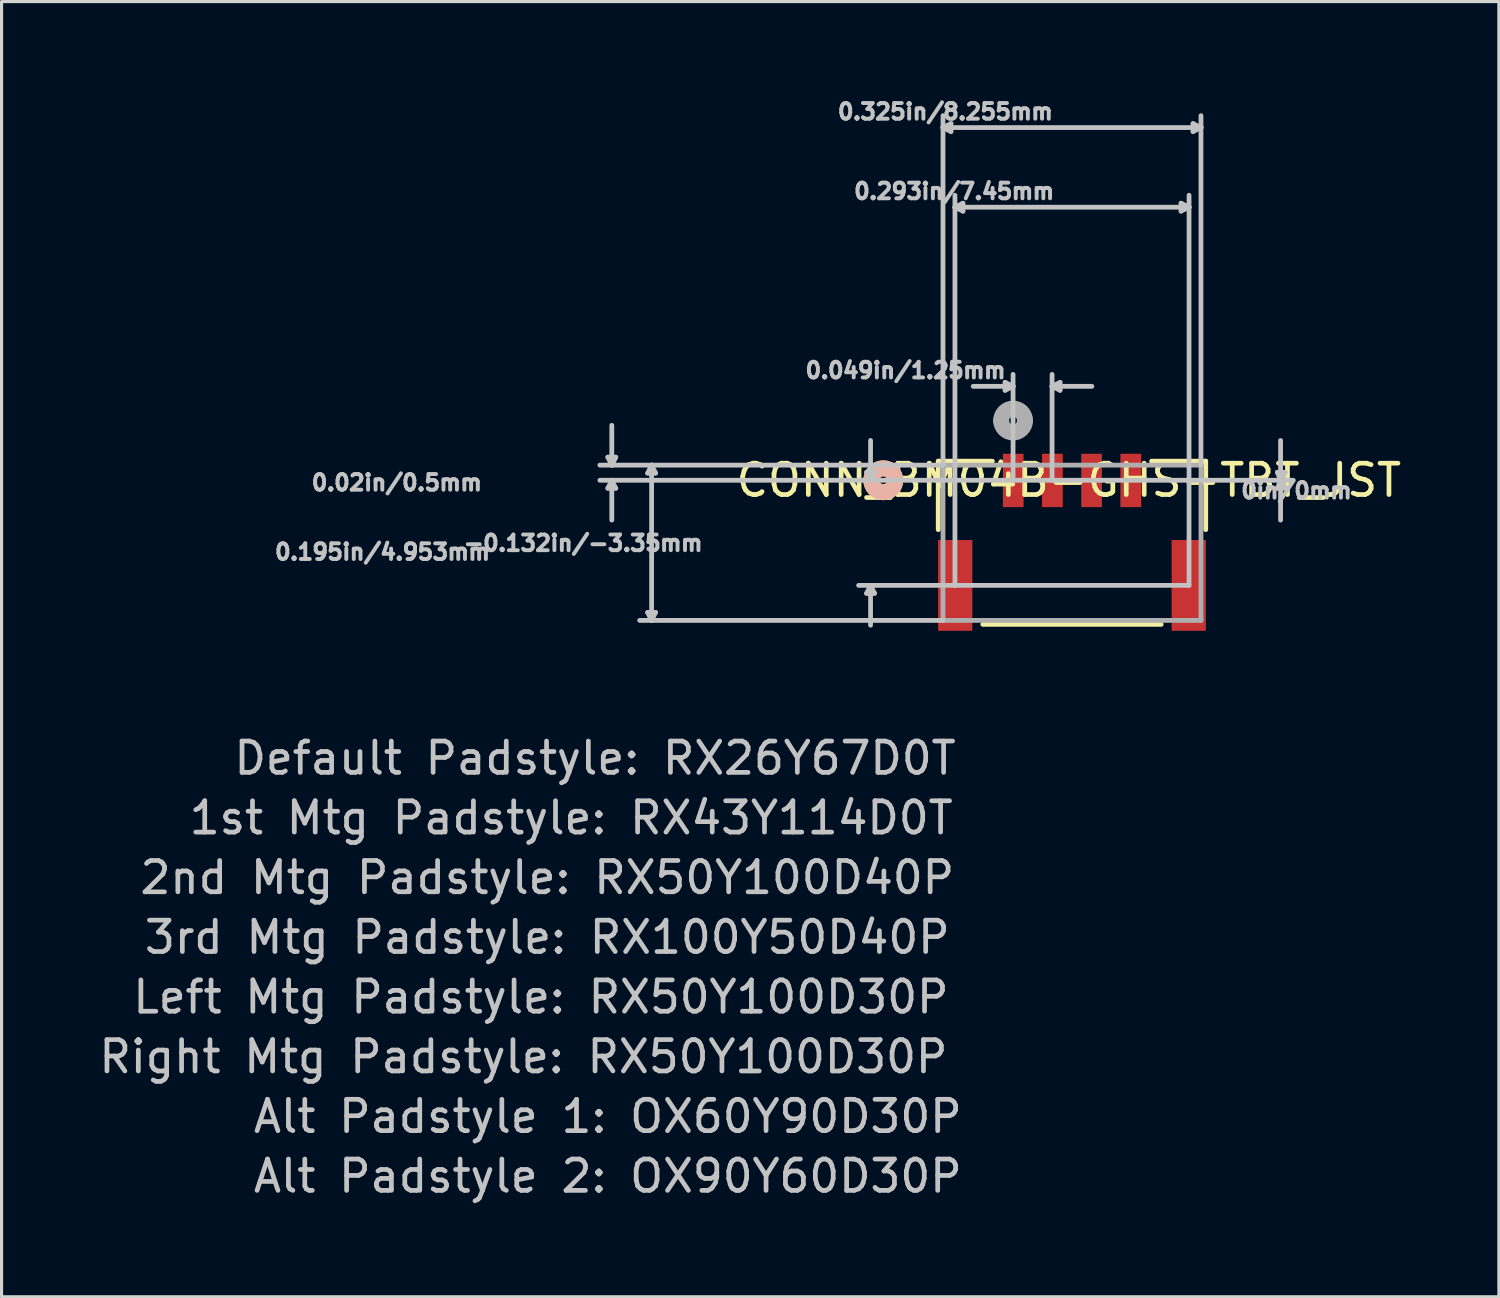
<source format=kicad_pcb>
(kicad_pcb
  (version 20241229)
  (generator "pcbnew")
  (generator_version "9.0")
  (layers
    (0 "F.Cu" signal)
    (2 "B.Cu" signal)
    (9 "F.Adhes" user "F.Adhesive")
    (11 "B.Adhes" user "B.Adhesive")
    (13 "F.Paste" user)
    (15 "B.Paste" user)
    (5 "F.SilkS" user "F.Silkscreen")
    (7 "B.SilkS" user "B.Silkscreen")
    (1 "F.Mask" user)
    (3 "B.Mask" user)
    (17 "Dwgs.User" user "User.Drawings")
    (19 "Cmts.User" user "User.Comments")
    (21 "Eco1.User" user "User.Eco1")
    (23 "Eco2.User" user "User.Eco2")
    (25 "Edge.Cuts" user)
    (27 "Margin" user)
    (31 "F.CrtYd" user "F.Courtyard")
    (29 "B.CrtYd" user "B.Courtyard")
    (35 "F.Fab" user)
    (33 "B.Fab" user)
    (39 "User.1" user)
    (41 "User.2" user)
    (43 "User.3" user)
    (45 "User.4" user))
  (footprint "CONN_BM04B-GHS-TBT_JST"
    (layer "F.Cu")
    (at 31.149 14.253)
    (property "Reference" "CONN_BM04B-GHS-TBT_JST" (at -0.102 -1.981 0) (layer "F.SilkS") (effects (font (size 1 1) (thickness 0.15))))
    (attr smd)
    (fp_line (start -4.267 -2.591) (end -4.267 -0.406) (stroke (width 0.152) (type solid)) (layer "F.SilkS"))
    (fp_line (start -2.845 2.616) (end 2.845 2.616) (stroke (width 0.152) (type solid)) (layer "F.SilkS"))
    (fp_line (start -2.54 -2.591) (end -4.267 -2.591) (stroke (width 0.152) (type solid)) (layer "F.SilkS"))
    (fp_line (start 4.267 -2.591) (end 2.54 -2.591) (stroke (width 0.152) (type solid)) (layer "F.SilkS"))
    (fp_line (start 4.267 -0.406) (end 4.267 -2.591) (stroke (width 0.152) (type solid)) (layer "F.SilkS"))
    (fp_arc (start -6.4008 -1.9812) (mid -6.0198 -2.3622) (end -5.6388 -1.9812) (stroke (width 0.508) (type solid)) (layer "F.SilkS"))
    (fp_arc (start -5.6388 -1.9812) (mid -6.0198 -1.6002) (end -6.4008 -1.9812) (stroke (width 0.508) (type solid)) (layer "F.SilkS"))
    (fp_arc (start -6.4008 -1.9812) (mid -6.0198 -2.3622) (end -5.6388 -1.9812) (stroke (width 0.508) (type solid)) (layer "B.SilkS"))
    (fp_arc (start -5.6388 -1.9812) (mid -6.0198 -1.6002) (end -6.4008 -1.9812) (stroke (width 0.508) (type solid)) (layer "B.SilkS"))
    (fp_line (start -14.808 -2.718) (end -14.554 -2.718) (stroke (width 0.152) (type solid)) (layer "Dwgs.User"))
    (fp_line (start -14.808 -1.727) (end -14.554 -1.727) (stroke (width 0.152) (type solid)) (layer "Dwgs.User"))
    (fp_line (start -14.681 -2.464) (end -15.062 -2.464) (stroke (width 0.152) (type solid)) (layer "Dwgs.User"))
    (fp_line (start -14.681 -2.464) (end -14.808 -2.718) (stroke (width 0.152) (type solid)) (layer "Dwgs.User"))
    (fp_line (start -14.681 -2.464) (end -14.681 -3.734) (stroke (width 0.152) (type solid)) (layer "Dwgs.User"))
    (fp_line (start -14.681 -2.464) (end -14.554 -2.718) (stroke (width 0.152) (type solid)) (layer "Dwgs.User"))
    (fp_line (start -14.681 -1.981) (end -15.062 -1.981) (stroke (width 0.152) (type solid)) (layer "Dwgs.User"))
    (fp_line (start -14.681 -1.981) (end -14.808 -1.727) (stroke (width 0.152) (type solid)) (layer "Dwgs.User"))
    (fp_line (start -14.681 -1.981) (end -14.681 -0.711) (stroke (width 0.152) (type solid)) (layer "Dwgs.User"))
    (fp_line (start -14.681 -1.981) (end -14.554 -1.727) (stroke (width 0.152) (type solid)) (layer "Dwgs.User"))
    (fp_line (start -13.538 -2.21) (end -13.284 -2.21) (stroke (width 0.152) (type solid)) (layer "Dwgs.User"))
    (fp_line (start -13.538 2.235) (end -13.284 2.235) (stroke (width 0.152) (type solid)) (layer "Dwgs.User"))
    (fp_line (start -13.411 -2.464) (end -14.681 -2.464) (stroke (width 0.152) (type solid)) (layer "Dwgs.User"))
    (fp_line (start -13.411 -2.464) (end -13.538 -2.21) (stroke (width 0.152) (type solid)) (layer "Dwgs.User"))
    (fp_line (start -13.411 -2.464) (end -13.411 2.489) (stroke (width 0.152) (type solid)) (layer "Dwgs.User"))
    (fp_line (start -13.411 -2.464) (end -13.284 -2.21) (stroke (width 0.152) (type solid)) (layer "Dwgs.User"))
    (fp_line (start -13.411 2.489) (end -13.792 2.489) (stroke (width 0.152) (type solid)) (layer "Dwgs.User"))
    (fp_line (start -13.411 2.489) (end -13.538 2.235) (stroke (width 0.152) (type solid)) (layer "Dwgs.User"))
    (fp_line (start -13.411 2.489) (end -13.284 2.235) (stroke (width 0.152) (type solid)) (layer "Dwgs.User"))
    (fp_line (start -6.553 -2.235) (end -6.299 -2.235) (stroke (width 0.152) (type solid)) (layer "Dwgs.User"))
    (fp_line (start -6.553 1.626) (end -6.299 1.626) (stroke (width 0.152) (type solid)) (layer "Dwgs.User"))
    (fp_line (start -6.426 -1.981) (end -14.681 -1.981) (stroke (width 0.152) (type solid)) (layer "Dwgs.User"))
    (fp_line (start -6.426 -1.981) (end -6.553 -2.235) (stroke (width 0.152) (type solid)) (layer "Dwgs.User"))
    (fp_line (start -6.426 -1.981) (end -6.426 -3.251) (stroke (width 0.152) (type solid)) (layer "Dwgs.User"))
    (fp_line (start -6.426 -1.981) (end -6.299 -2.235) (stroke (width 0.152) (type solid)) (layer "Dwgs.User"))
    (fp_line (start -6.426 1.372) (end -6.807 1.372) (stroke (width 0.152) (type solid)) (layer "Dwgs.User"))
    (fp_line (start -6.426 1.372) (end -6.553 1.626) (stroke (width 0.152) (type solid)) (layer "Dwgs.User"))
    (fp_line (start -6.426 1.372) (end -6.426 2.642) (stroke (width 0.152) (type solid)) (layer "Dwgs.User"))
    (fp_line (start -6.426 1.372) (end -6.299 1.626) (stroke (width 0.152) (type solid)) (layer "Dwgs.User"))
    (fp_line (start -4.115 -13.233) (end -4.115 -13.614) (stroke (width 0.152) (type solid)) (layer "Dwgs.User"))
    (fp_line (start -4.115 -13.233) (end -3.861 -13.36) (stroke (width 0.152) (type solid)) (layer "Dwgs.User"))
    (fp_line (start -4.115 -13.233) (end -3.861 -13.106) (stroke (width 0.152) (type solid)) (layer "Dwgs.User"))
    (fp_line (start -4.115 -13.233) (end 4.115 -13.233) (stroke (width 0.152) (type solid)) (layer "Dwgs.User"))
    (fp_line (start -4.115 -2.464) (end -13.411 -2.464) (stroke (width 0.152) (type solid)) (layer "Dwgs.User"))
    (fp_line (start -4.115 -2.464) (end -4.115 -13.233) (stroke (width 0.152) (type solid)) (layer "Dwgs.User"))
    (fp_line (start -4.115 2.489) (end -13.411 2.489) (stroke (width 0.152) (type solid)) (layer "Dwgs.User"))
    (fp_line (start -3.861 -13.36) (end -3.861 -13.106) (stroke (width 0.152) (type solid)) (layer "Dwgs.User"))
    (fp_line (start -3.734 -10.693) (end -3.734 -11.074) (stroke (width 0.152) (type solid)) (layer "Dwgs.User"))
    (fp_line (start -3.734 -10.693) (end -3.48 -10.82) (stroke (width 0.152) (type solid)) (layer "Dwgs.User"))
    (fp_line (start -3.734 -10.693) (end -3.48 -10.566) (stroke (width 0.152) (type solid)) (layer "Dwgs.User"))
    (fp_line (start -3.734 -10.693) (end 3.734 -10.693) (stroke (width 0.152) (type solid)) (layer "Dwgs.User"))
    (fp_line (start -3.734 1.372) (end -3.734 -10.693) (stroke (width 0.152) (type solid)) (layer "Dwgs.User"))
    (fp_line (start -3.48 -10.82) (end -3.48 -10.566) (stroke (width 0.152) (type solid)) (layer "Dwgs.User"))
    (fp_line (start -2.134 -5.105) (end -2.134 -4.851) (stroke (width 0.152) (type solid)) (layer "Dwgs.User"))
    (fp_line (start -1.88 -4.978) (end -3.15 -4.978) (stroke (width 0.152) (type solid)) (layer "Dwgs.User"))
    (fp_line (start -1.88 -4.978) (end -2.134 -5.105) (stroke (width 0.152) (type solid)) (layer "Dwgs.User"))
    (fp_line (start -1.88 -4.978) (end -2.134 -4.851) (stroke (width 0.152) (type solid)) (layer "Dwgs.User"))
    (fp_line (start -1.88 -4.978) (end -1.88 -5.359) (stroke (width 0.152) (type solid)) (layer "Dwgs.User"))
    (fp_line (start -1.88 -1.981) (end -6.426 -1.981) (stroke (width 0.152) (type solid)) (layer "Dwgs.User"))
    (fp_line (start -1.88 -1.981) (end -1.88 -4.978) (stroke (width 0.152) (type solid)) (layer "Dwgs.User"))
    (fp_line (start -1.88 -1.981) (end 6.655 -1.981) (stroke (width 0.152) (type solid)) (layer "Dwgs.User"))
    (fp_line (start -0.635 -4.978) (end -0.635 -5.359) (stroke (width 0.152) (type solid)) (layer "Dwgs.User"))
    (fp_line (start -0.635 -4.978) (end -0.381 -5.105) (stroke (width 0.152) (type solid)) (layer "Dwgs.User"))
    (fp_line (start -0.635 -4.978) (end -0.381 -4.851) (stroke (width 0.152) (type solid)) (layer "Dwgs.User"))
    (fp_line (start -0.635 -4.978) (end 0.635 -4.978) (stroke (width 0.152) (type solid)) (layer "Dwgs.User"))
    (fp_line (start -0.635 -1.981) (end -0.635 -4.978) (stroke (width 0.152) (type solid)) (layer "Dwgs.User"))
    (fp_line (start -0.381 -5.105) (end -0.381 -4.851) (stroke (width 0.152) (type solid)) (layer "Dwgs.User"))
    (fp_line (start 3.48 -10.82) (end 3.48 -10.566) (stroke (width 0.152) (type solid)) (layer "Dwgs.User"))
    (fp_line (start 3.734 -10.693) (end 3.48 -10.82) (stroke (width 0.152) (type solid)) (layer "Dwgs.User"))
    (fp_line (start 3.734 -10.693) (end 3.48 -10.566) (stroke (width 0.152) (type solid)) (layer "Dwgs.User"))
    (fp_line (start 3.734 -10.693) (end 3.734 -11.074) (stroke (width 0.152) (type solid)) (layer "Dwgs.User"))
    (fp_line (start 3.734 1.372) (end -6.426 1.372) (stroke (width 0.152) (type solid)) (layer "Dwgs.User"))
    (fp_line (start 3.734 1.372) (end 3.734 -10.693) (stroke (width 0.152) (type solid)) (layer "Dwgs.User"))
    (fp_line (start 3.861 -13.36) (end 3.861 -13.106) (stroke (width 0.152) (type solid)) (layer "Dwgs.User"))
    (fp_line (start 4.115 -13.233) (end 3.861 -13.36) (stroke (width 0.152) (type solid)) (layer "Dwgs.User"))
    (fp_line (start 4.115 -13.233) (end 3.861 -13.106) (stroke (width 0.152) (type solid)) (layer "Dwgs.User"))
    (fp_line (start 4.115 -13.233) (end 4.115 -13.614) (stroke (width 0.152) (type solid)) (layer "Dwgs.User"))
    (fp_line (start 4.115 -2.464) (end 4.115 -13.233) (stroke (width 0.152) (type solid)) (layer "Dwgs.User"))
    (fp_line (start 6.553 -2.235) (end 6.807 -2.235) (stroke (width 0.152) (type solid)) (layer "Dwgs.User"))
    (fp_line (start 6.553 -1.727) (end 6.807 -1.727) (stroke (width 0.152) (type solid)) (layer "Dwgs.User"))
    (fp_line (start 6.655 -1.981) (end 6.553 -2.235) (stroke (width 0.152) (type solid)) (layer "Dwgs.User"))
    (fp_line (start 6.655 -1.981) (end 6.553 -1.727) (stroke (width 0.152) (type solid)) (layer "Dwgs.User"))
    (fp_line (start 6.655 -1.981) (end 6.655 -3.251) (stroke (width 0.152) (type solid)) (layer "Dwgs.User"))
    (fp_line (start 6.655 -1.981) (end 6.655 -0.711) (stroke (width 0.152) (type solid)) (layer "Dwgs.User"))
    (fp_line (start 6.655 -1.981) (end 6.807 -2.235) (stroke (width 0.152) (type solid)) (layer "Dwgs.User"))
    (fp_line (start 6.655 -1.981) (end 6.807 -1.727) (stroke (width 0.152) (type solid)) (layer "Dwgs.User"))
    (fp_line (start 6.655 -1.981) (end 7.061 -1.981) (stroke (width 0.152) (type solid)) (layer "Dwgs.User"))
    (fp_line (start -4.115 -2.464) (end -4.115 2.489) (stroke (width 0.152) (type solid)) (layer "F.Fab"))
    (fp_line (start -4.115 2.489) (end 4.115 2.489) (stroke (width 0.152) (type solid)) (layer "F.Fab"))
    (fp_line (start 4.115 -2.464) (end -4.115 -2.464) (stroke (width 0.152) (type solid)) (layer "F.Fab"))
    (fp_line (start 4.115 2.489) (end 4.115 -2.464) (stroke (width 0.152) (type solid)) (layer "F.Fab"))
    (fp_arc (start -2.2606 -3.8862) (mid -1.8796 -4.2672) (end -1.4986 -3.8862) (stroke (width 0.508) (type solid)) (layer "F.Fab"))
    (fp_arc (start -1.4986 -3.8862) (mid -1.8796 -3.5052) (end -2.2606 -3.8862) (stroke (width 0.508) (type solid)) (layer "F.Fab"))
    (fp_text user "0in/0mm" (at 7.163 -1.651 0) (layer "Dwgs.User") (effects (font (size 0.5 0.5) (thickness 0.15))))
    (fp_text user "0.02in/0.5mm" (at -21.539 -1.905 0) (layer "Dwgs.User") (effects (font (size 0.5 0.5) (thickness 0.15))))
    (fp_text user "0.293in/7.45mm" (at -3.759 -11.201 0) (layer "Dwgs.User") (effects (font (size 0.5 0.5) (thickness 0.15))))
    (fp_text user "Default Padstyle: RX26Y67D0T" (at -15.215 6.883 0) (layer "Dwgs.User") (effects (font (size 1 1) (thickness 0.15))))
    (fp_text user "3rd Mtg Padstyle: RX100Y50D40P" (at -16.739 12.598 0) (layer "Dwgs.User") (effects (font (size 1 1) (thickness 0.15))))
    (fp_text user "0.049in/1.25mm" (at -5.309 -5.486 0) (layer "Dwgs.User") (effects (font (size 0.5 0.5) (thickness 0.15))))
    (fp_text user "Right Mtg Padstyle: RX50Y100D30P" (at -17.501 16.408 0) (layer "Dwgs.User") (effects (font (size 1 1) (thickness 0.15))))
    (fp_text user "Left Mtg Padstyle: RX50Y100D30P" (at -16.942 14.503 0) (layer "Dwgs.User") (effects (font (size 1 1) (thickness 0.15))))
    (fp_text user "0.325in/8.255mm" (at -4.039 -13.741 0) (layer "Dwgs.User") (effects (font (size 0.5 0.5) (thickness 0.15))))
    (fp_text user "Alt Padstyle 2: OX90Y60D30P" (at -14.808 20.218 0) (layer "Dwgs.User") (effects (font (size 1 1) (thickness 0.15))))
    (fp_text user "2nd Mtg Padstyle: RX50Y100D40P" (at -16.739 10.693 0) (layer "Dwgs.User") (effects (font (size 1 1) (thickness 0.15))))
    (fp_text user "0.195in/4.953mm" (at -21.996 0.305 0) (layer "Dwgs.User") (effects (font (size 0.5 0.5) (thickness 0.15))))
    (fp_text user "-0.132in/-3.35mm" (at -15.596 0.025 0) (layer "Dwgs.User") (effects (font (size 0.5 0.5) (thickness 0.15))))
    (fp_text user "1st Mtg Padstyle: RX43Y114D0T" (at -15.977 8.788 0) (layer "Dwgs.User") (effects (font (size 1 1) (thickness 0.15))))
    (fp_text user "Alt Padstyle 1: OX60Y90D30P" (at -14.808 18.313 0) (layer "Dwgs.User") (effects (font (size 1 1) (thickness 0.15))))
    (pad "1" smd rect (at -1.875 -1.976) (size 0.66 1.702) (layers "F.Cu" "F.Mask" "F.Paste"))
    (pad "2" smd rect (at -0.625 -1.976) (size 0.66 1.702) (layers "F.Cu" "F.Mask" "F.Paste"))
    (pad "3" smd rect (at 0.625 -1.976) (size 0.66 1.702) (layers "F.Cu" "F.Mask" "F.Paste"))
    (pad "4" smd rect (at 1.875 -1.976) (size 0.66 1.702) (layers "F.Cu" "F.Mask" "F.Paste"))
    (pad "5" smd rect (at -3.725 1.373) (size 1.092 2.896) (layers "F.Cu" "F.Mask" "F.Paste"))
    (pad "6" smd rect (at 3.725 1.373) (size 1.092 2.896) (layers "F.Cu" "F.Mask" "F.Paste")))
  (gr_rect
    (start -3 -3)
    (end 44.768 38.32)
    (stroke (width 0.1) (type default))
    (fill no)
    (layer "Edge.Cuts")))
</source>
